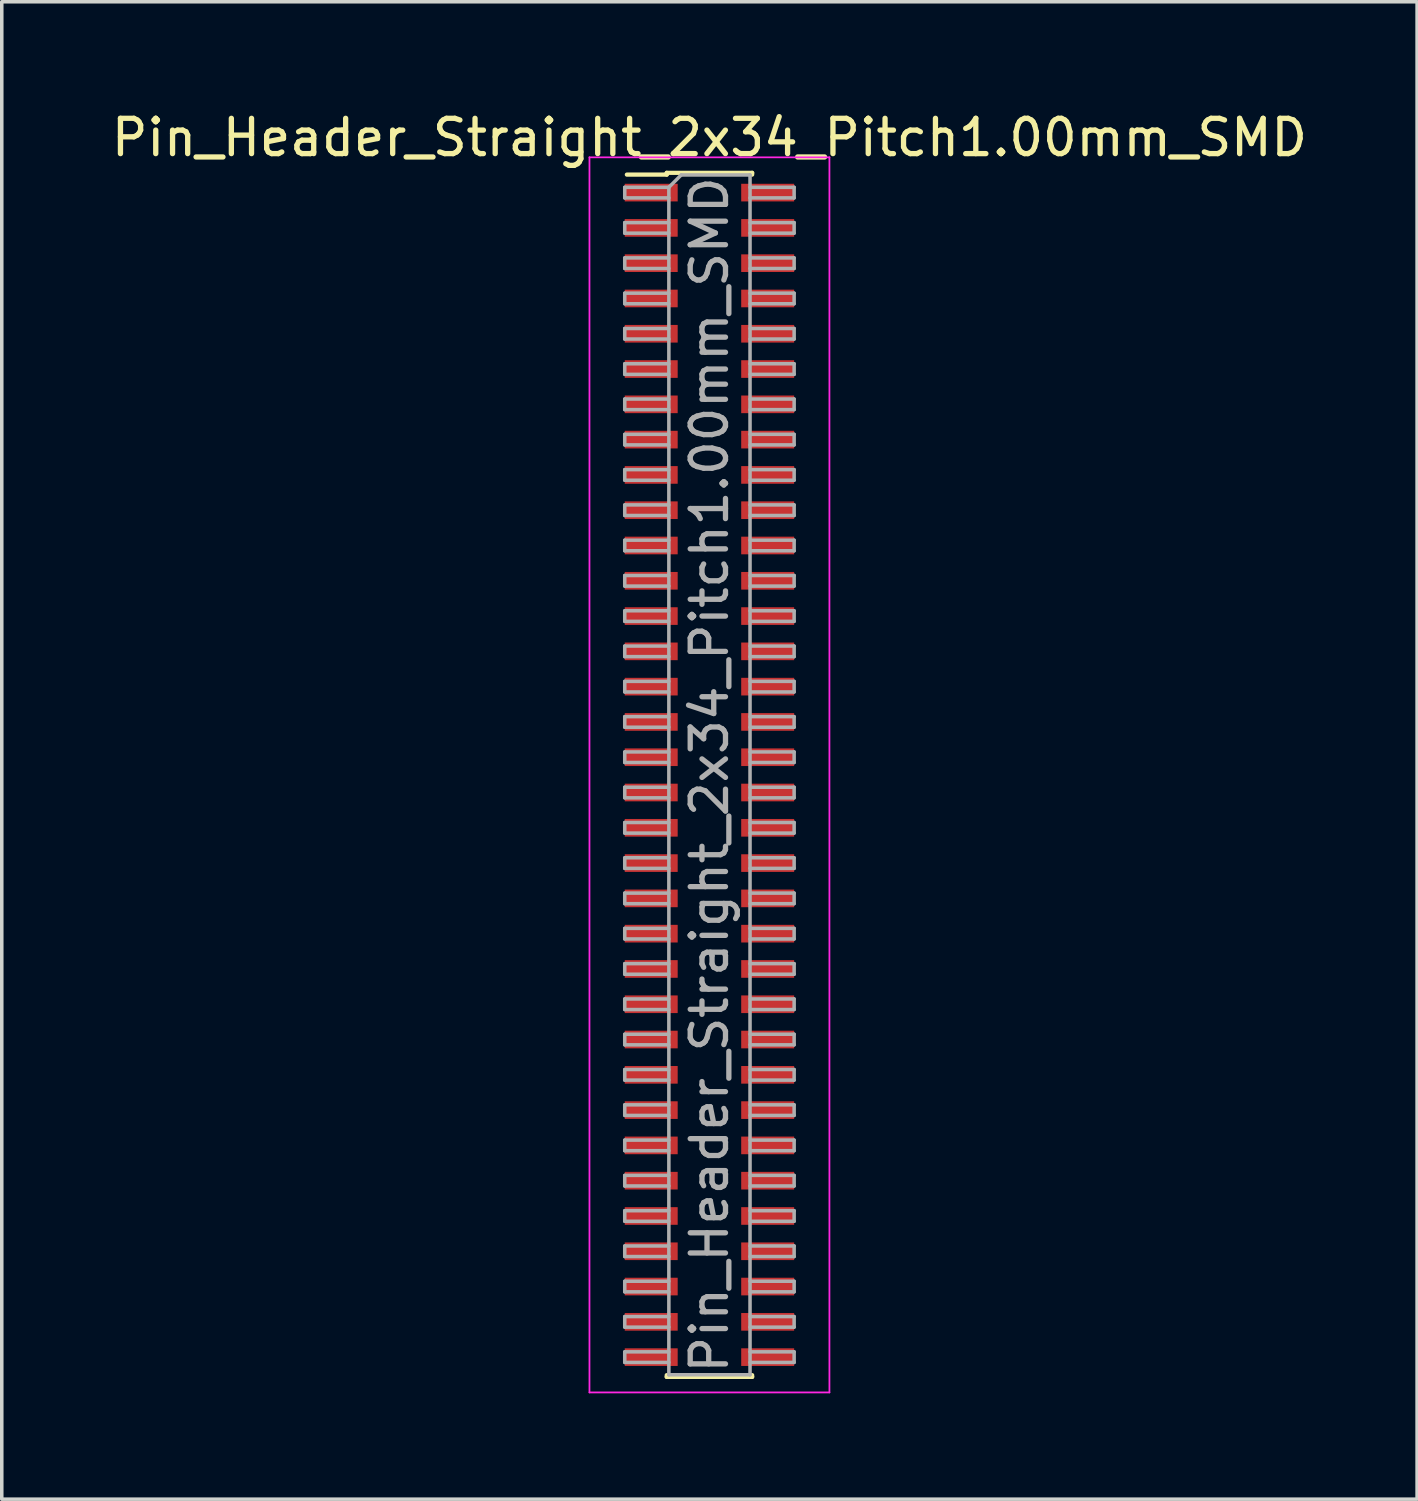
<source format=kicad_pcb>
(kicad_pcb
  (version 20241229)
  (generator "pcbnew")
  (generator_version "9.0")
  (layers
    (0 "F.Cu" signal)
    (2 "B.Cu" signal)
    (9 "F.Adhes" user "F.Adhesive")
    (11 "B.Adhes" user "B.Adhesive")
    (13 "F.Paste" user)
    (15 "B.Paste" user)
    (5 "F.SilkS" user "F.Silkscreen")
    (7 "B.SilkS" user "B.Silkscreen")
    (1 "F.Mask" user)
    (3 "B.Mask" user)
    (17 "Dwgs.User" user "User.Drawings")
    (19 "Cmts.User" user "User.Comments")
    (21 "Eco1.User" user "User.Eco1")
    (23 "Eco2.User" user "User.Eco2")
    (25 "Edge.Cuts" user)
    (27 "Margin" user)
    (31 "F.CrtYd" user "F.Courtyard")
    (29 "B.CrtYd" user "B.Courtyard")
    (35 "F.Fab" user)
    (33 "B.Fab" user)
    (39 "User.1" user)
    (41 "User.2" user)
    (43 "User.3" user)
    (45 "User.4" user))
  (footprint "Pin_Header_Straight_2x34_Pitch1.00mm_SMD"
    (layer "F.Cu")
    (at 17.054 18.908)
    (property "Reference" "Pin_Header_Straight_2x34_Pitch1.00mm_SMD" (at 0 -18.06 0) (layer "F.SilkS") (effects (font (size 1 1) (thickness 0.15))))
    (attr smd)
    (fp_line (start -2.34 -17.01) (end -1.21 -17.01) (stroke (width 0.12) (type solid)) (layer "F.SilkS"))
    (fp_line (start -1.21 -17.06) (end -1.21 -17.01) (stroke (width 0.12) (type solid)) (layer "F.SilkS"))
    (fp_line (start -1.21 -17.06) (end 1.21 -17.06) (stroke (width 0.12) (type solid)) (layer "F.SilkS"))
    (fp_line (start -1.21 17.01) (end -1.21 17.06) (stroke (width 0.12) (type solid)) (layer "F.SilkS"))
    (fp_line (start -1.21 17.06) (end 1.21 17.06) (stroke (width 0.12) (type solid)) (layer "F.SilkS"))
    (fp_line (start 1.21 -17.06) (end 1.21 -17.01) (stroke (width 0.12) (type solid)) (layer "F.SilkS"))
    (fp_line (start 1.21 17.01) (end 1.21 17.06) (stroke (width 0.12) (type solid)) (layer "F.SilkS"))
    (fp_line (start -3.4 -17.5) (end -3.4 17.5) (stroke (width 0.05) (type solid)) (layer "F.CrtYd"))
    (fp_line (start -3.4 17.5) (end 3.4 17.5) (stroke (width 0.05) (type solid)) (layer "F.CrtYd"))
    (fp_line (start 3.4 -17.5) (end -3.4 -17.5) (stroke (width 0.05) (type solid)) (layer "F.CrtYd"))
    (fp_line (start 3.4 17.5) (end 3.4 -17.5) (stroke (width 0.05) (type solid)) (layer "F.CrtYd"))
    (fp_line (start -2.4 -16.65) (end -2.4 -16.35) (stroke (width 0.1) (type solid)) (layer "F.Fab"))
    (fp_line (start -2.4 -16.35) (end -1.15 -16.35) (stroke (width 0.1) (type solid)) (layer "F.Fab"))
    (fp_line (start -2.4 -15.65) (end -2.4 -15.35) (stroke (width 0.1) (type solid)) (layer "F.Fab"))
    (fp_line (start -2.4 -15.35) (end -1.15 -15.35) (stroke (width 0.1) (type solid)) (layer "F.Fab"))
    (fp_line (start -2.4 -14.65) (end -2.4 -14.35) (stroke (width 0.1) (type solid)) (layer "F.Fab"))
    (fp_line (start -2.4 -14.35) (end -1.15 -14.35) (stroke (width 0.1) (type solid)) (layer "F.Fab"))
    (fp_line (start -2.4 -13.65) (end -2.4 -13.35) (stroke (width 0.1) (type solid)) (layer "F.Fab"))
    (fp_line (start -2.4 -13.35) (end -1.15 -13.35) (stroke (width 0.1) (type solid)) (layer "F.Fab"))
    (fp_line (start -2.4 -12.65) (end -2.4 -12.35) (stroke (width 0.1) (type solid)) (layer "F.Fab"))
    (fp_line (start -2.4 -12.35) (end -1.15 -12.35) (stroke (width 0.1) (type solid)) (layer "F.Fab"))
    (fp_line (start -2.4 -11.65) (end -2.4 -11.35) (stroke (width 0.1) (type solid)) (layer "F.Fab"))
    (fp_line (start -2.4 -11.35) (end -1.15 -11.35) (stroke (width 0.1) (type solid)) (layer "F.Fab"))
    (fp_line (start -2.4 -10.65) (end -2.4 -10.35) (stroke (width 0.1) (type solid)) (layer "F.Fab"))
    (fp_line (start -2.4 -10.35) (end -1.15 -10.35) (stroke (width 0.1) (type solid)) (layer "F.Fab"))
    (fp_line (start -2.4 -9.65) (end -2.4 -9.35) (stroke (width 0.1) (type solid)) (layer "F.Fab"))
    (fp_line (start -2.4 -9.35) (end -1.15 -9.35) (stroke (width 0.1) (type solid)) (layer "F.Fab"))
    (fp_line (start -2.4 -8.65) (end -2.4 -8.35) (stroke (width 0.1) (type solid)) (layer "F.Fab"))
    (fp_line (start -2.4 -8.35) (end -1.15 -8.35) (stroke (width 0.1) (type solid)) (layer "F.Fab"))
    (fp_line (start -2.4 -7.65) (end -2.4 -7.35) (stroke (width 0.1) (type solid)) (layer "F.Fab"))
    (fp_line (start -2.4 -7.35) (end -1.15 -7.35) (stroke (width 0.1) (type solid)) (layer "F.Fab"))
    (fp_line (start -2.4 -6.65) (end -2.4 -6.35) (stroke (width 0.1) (type solid)) (layer "F.Fab"))
    (fp_line (start -2.4 -6.35) (end -1.15 -6.35) (stroke (width 0.1) (type solid)) (layer "F.Fab"))
    (fp_line (start -2.4 -5.65) (end -2.4 -5.35) (stroke (width 0.1) (type solid)) (layer "F.Fab"))
    (fp_line (start -2.4 -5.35) (end -1.15 -5.35) (stroke (width 0.1) (type solid)) (layer "F.Fab"))
    (fp_line (start -2.4 -4.65) (end -2.4 -4.35) (stroke (width 0.1) (type solid)) (layer "F.Fab"))
    (fp_line (start -2.4 -4.35) (end -1.15 -4.35) (stroke (width 0.1) (type solid)) (layer "F.Fab"))
    (fp_line (start -2.4 -3.65) (end -2.4 -3.35) (stroke (width 0.1) (type solid)) (layer "F.Fab"))
    (fp_line (start -2.4 -3.35) (end -1.15 -3.35) (stroke (width 0.1) (type solid)) (layer "F.Fab"))
    (fp_line (start -2.4 -2.65) (end -2.4 -2.35) (stroke (width 0.1) (type solid)) (layer "F.Fab"))
    (fp_line (start -2.4 -2.35) (end -1.15 -2.35) (stroke (width 0.1) (type solid)) (layer "F.Fab"))
    (fp_line (start -2.4 -1.65) (end -2.4 -1.35) (stroke (width 0.1) (type solid)) (layer "F.Fab"))
    (fp_line (start -2.4 -1.35) (end -1.15 -1.35) (stroke (width 0.1) (type solid)) (layer "F.Fab"))
    (fp_line (start -2.4 -0.65) (end -2.4 -0.35) (stroke (width 0.1) (type solid)) (layer "F.Fab"))
    (fp_line (start -2.4 -0.35) (end -1.15 -0.35) (stroke (width 0.1) (type solid)) (layer "F.Fab"))
    (fp_line (start -2.4 0.35) (end -2.4 0.65) (stroke (width 0.1) (type solid)) (layer "F.Fab"))
    (fp_line (start -2.4 0.65) (end -1.15 0.65) (stroke (width 0.1) (type solid)) (layer "F.Fab"))
    (fp_line (start -2.4 1.35) (end -2.4 1.65) (stroke (width 0.1) (type solid)) (layer "F.Fab"))
    (fp_line (start -2.4 1.65) (end -1.15 1.65) (stroke (width 0.1) (type solid)) (layer "F.Fab"))
    (fp_line (start -2.4 2.35) (end -2.4 2.65) (stroke (width 0.1) (type solid)) (layer "F.Fab"))
    (fp_line (start -2.4 2.65) (end -1.15 2.65) (stroke (width 0.1) (type solid)) (layer "F.Fab"))
    (fp_line (start -2.4 3.35) (end -2.4 3.65) (stroke (width 0.1) (type solid)) (layer "F.Fab"))
    (fp_line (start -2.4 3.65) (end -1.15 3.65) (stroke (width 0.1) (type solid)) (layer "F.Fab"))
    (fp_line (start -2.4 4.35) (end -2.4 4.65) (stroke (width 0.1) (type solid)) (layer "F.Fab"))
    (fp_line (start -2.4 4.65) (end -1.15 4.65) (stroke (width 0.1) (type solid)) (layer "F.Fab"))
    (fp_line (start -2.4 5.35) (end -2.4 5.65) (stroke (width 0.1) (type solid)) (layer "F.Fab"))
    (fp_line (start -2.4 5.65) (end -1.15 5.65) (stroke (width 0.1) (type solid)) (layer "F.Fab"))
    (fp_line (start -2.4 6.35) (end -2.4 6.65) (stroke (width 0.1) (type solid)) (layer "F.Fab"))
    (fp_line (start -2.4 6.65) (end -1.15 6.65) (stroke (width 0.1) (type solid)) (layer "F.Fab"))
    (fp_line (start -2.4 7.35) (end -2.4 7.65) (stroke (width 0.1) (type solid)) (layer "F.Fab"))
    (fp_line (start -2.4 7.65) (end -1.15 7.65) (stroke (width 0.1) (type solid)) (layer "F.Fab"))
    (fp_line (start -2.4 8.35) (end -2.4 8.65) (stroke (width 0.1) (type solid)) (layer "F.Fab"))
    (fp_line (start -2.4 8.65) (end -1.15 8.65) (stroke (width 0.1) (type solid)) (layer "F.Fab"))
    (fp_line (start -2.4 9.35) (end -2.4 9.65) (stroke (width 0.1) (type solid)) (layer "F.Fab"))
    (fp_line (start -2.4 9.65) (end -1.15 9.65) (stroke (width 0.1) (type solid)) (layer "F.Fab"))
    (fp_line (start -2.4 10.35) (end -2.4 10.65) (stroke (width 0.1) (type solid)) (layer "F.Fab"))
    (fp_line (start -2.4 10.65) (end -1.15 10.65) (stroke (width 0.1) (type solid)) (layer "F.Fab"))
    (fp_line (start -2.4 11.35) (end -2.4 11.65) (stroke (width 0.1) (type solid)) (layer "F.Fab"))
    (fp_line (start -2.4 11.65) (end -1.15 11.65) (stroke (width 0.1) (type solid)) (layer "F.Fab"))
    (fp_line (start -2.4 12.35) (end -2.4 12.65) (stroke (width 0.1) (type solid)) (layer "F.Fab"))
    (fp_line (start -2.4 12.65) (end -1.15 12.65) (stroke (width 0.1) (type solid)) (layer "F.Fab"))
    (fp_line (start -2.4 13.35) (end -2.4 13.65) (stroke (width 0.1) (type solid)) (layer "F.Fab"))
    (fp_line (start -2.4 13.65) (end -1.15 13.65) (stroke (width 0.1) (type solid)) (layer "F.Fab"))
    (fp_line (start -2.4 14.35) (end -2.4 14.65) (stroke (width 0.1) (type solid)) (layer "F.Fab"))
    (fp_line (start -2.4 14.65) (end -1.15 14.65) (stroke (width 0.1) (type solid)) (layer "F.Fab"))
    (fp_line (start -2.4 15.35) (end -2.4 15.65) (stroke (width 0.1) (type solid)) (layer "F.Fab"))
    (fp_line (start -2.4 15.65) (end -1.15 15.65) (stroke (width 0.1) (type solid)) (layer "F.Fab"))
    (fp_line (start -2.4 16.35) (end -2.4 16.65) (stroke (width 0.1) (type solid)) (layer "F.Fab"))
    (fp_line (start -2.4 16.65) (end -1.15 16.65) (stroke (width 0.1) (type solid)) (layer "F.Fab"))
    (fp_line (start -1.15 -16.65) (end -2.4 -16.65) (stroke (width 0.1) (type solid)) (layer "F.Fab"))
    (fp_line (start -1.15 -16.65) (end -0.8 -17) (stroke (width 0.1) (type solid)) (layer "F.Fab"))
    (fp_line (start -1.15 -15.65) (end -2.4 -15.65) (stroke (width 0.1) (type solid)) (layer "F.Fab"))
    (fp_line (start -1.15 -14.65) (end -2.4 -14.65) (stroke (width 0.1) (type solid)) (layer "F.Fab"))
    (fp_line (start -1.15 -13.65) (end -2.4 -13.65) (stroke (width 0.1) (type solid)) (layer "F.Fab"))
    (fp_line (start -1.15 -12.65) (end -2.4 -12.65) (stroke (width 0.1) (type solid)) (layer "F.Fab"))
    (fp_line (start -1.15 -11.65) (end -2.4 -11.65) (stroke (width 0.1) (type solid)) (layer "F.Fab"))
    (fp_line (start -1.15 -10.65) (end -2.4 -10.65) (stroke (width 0.1) (type solid)) (layer "F.Fab"))
    (fp_line (start -1.15 -9.65) (end -2.4 -9.65) (stroke (width 0.1) (type solid)) (layer "F.Fab"))
    (fp_line (start -1.15 -8.65) (end -2.4 -8.65) (stroke (width 0.1) (type solid)) (layer "F.Fab"))
    (fp_line (start -1.15 -7.65) (end -2.4 -7.65) (stroke (width 0.1) (type solid)) (layer "F.Fab"))
    (fp_line (start -1.15 -6.65) (end -2.4 -6.65) (stroke (width 0.1) (type solid)) (layer "F.Fab"))
    (fp_line (start -1.15 -5.65) (end -2.4 -5.65) (stroke (width 0.1) (type solid)) (layer "F.Fab"))
    (fp_line (start -1.15 -4.65) (end -2.4 -4.65) (stroke (width 0.1) (type solid)) (layer "F.Fab"))
    (fp_line (start -1.15 -3.65) (end -2.4 -3.65) (stroke (width 0.1) (type solid)) (layer "F.Fab"))
    (fp_line (start -1.15 -2.65) (end -2.4 -2.65) (stroke (width 0.1) (type solid)) (layer "F.Fab"))
    (fp_line (start -1.15 -1.65) (end -2.4 -1.65) (stroke (width 0.1) (type solid)) (layer "F.Fab"))
    (fp_line (start -1.15 -0.65) (end -2.4 -0.65) (stroke (width 0.1) (type solid)) (layer "F.Fab"))
    (fp_line (start -1.15 0.35) (end -2.4 0.35) (stroke (width 0.1) (type solid)) (layer "F.Fab"))
    (fp_line (start -1.15 1.35) (end -2.4 1.35) (stroke (width 0.1) (type solid)) (layer "F.Fab"))
    (fp_line (start -1.15 2.35) (end -2.4 2.35) (stroke (width 0.1) (type solid)) (layer "F.Fab"))
    (fp_line (start -1.15 3.35) (end -2.4 3.35) (stroke (width 0.1) (type solid)) (layer "F.Fab"))
    (fp_line (start -1.15 4.35) (end -2.4 4.35) (stroke (width 0.1) (type solid)) (layer "F.Fab"))
    (fp_line (start -1.15 5.35) (end -2.4 5.35) (stroke (width 0.1) (type solid)) (layer "F.Fab"))
    (fp_line (start -1.15 6.35) (end -2.4 6.35) (stroke (width 0.1) (type solid)) (layer "F.Fab"))
    (fp_line (start -1.15 7.35) (end -2.4 7.35) (stroke (width 0.1) (type solid)) (layer "F.Fab"))
    (fp_line (start -1.15 8.35) (end -2.4 8.35) (stroke (width 0.1) (type solid)) (layer "F.Fab"))
    (fp_line (start -1.15 9.35) (end -2.4 9.35) (stroke (width 0.1) (type solid)) (layer "F.Fab"))
    (fp_line (start -1.15 10.35) (end -2.4 10.35) (stroke (width 0.1) (type solid)) (layer "F.Fab"))
    (fp_line (start -1.15 11.35) (end -2.4 11.35) (stroke (width 0.1) (type solid)) (layer "F.Fab"))
    (fp_line (start -1.15 12.35) (end -2.4 12.35) (stroke (width 0.1) (type solid)) (layer "F.Fab"))
    (fp_line (start -1.15 13.35) (end -2.4 13.35) (stroke (width 0.1) (type solid)) (layer "F.Fab"))
    (fp_line (start -1.15 14.35) (end -2.4 14.35) (stroke (width 0.1) (type solid)) (layer "F.Fab"))
    (fp_line (start -1.15 15.35) (end -2.4 15.35) (stroke (width 0.1) (type solid)) (layer "F.Fab"))
    (fp_line (start -1.15 16.35) (end -2.4 16.35) (stroke (width 0.1) (type solid)) (layer "F.Fab"))
    (fp_line (start -1.15 17) (end -1.15 -16.65) (stroke (width 0.1) (type solid)) (layer "F.Fab"))
    (fp_line (start -0.8 -17) (end 1.15 -17) (stroke (width 0.1) (type solid)) (layer "F.Fab"))
    (fp_line (start 1.15 -17) (end 1.15 17) (stroke (width 0.1) (type solid)) (layer "F.Fab"))
    (fp_line (start 1.15 -16.65) (end 2.4 -16.65) (stroke (width 0.1) (type solid)) (layer "F.Fab"))
    (fp_line (start 1.15 -15.65) (end 2.4 -15.65) (stroke (width 0.1) (type solid)) (layer "F.Fab"))
    (fp_line (start 1.15 -14.65) (end 2.4 -14.65) (stroke (width 0.1) (type solid)) (layer "F.Fab"))
    (fp_line (start 1.15 -13.65) (end 2.4 -13.65) (stroke (width 0.1) (type solid)) (layer "F.Fab"))
    (fp_line (start 1.15 -12.65) (end 2.4 -12.65) (stroke (width 0.1) (type solid)) (layer "F.Fab"))
    (fp_line (start 1.15 -11.65) (end 2.4 -11.65) (stroke (width 0.1) (type solid)) (layer "F.Fab"))
    (fp_line (start 1.15 -10.65) (end 2.4 -10.65) (stroke (width 0.1) (type solid)) (layer "F.Fab"))
    (fp_line (start 1.15 -9.65) (end 2.4 -9.65) (stroke (width 0.1) (type solid)) (layer "F.Fab"))
    (fp_line (start 1.15 -8.65) (end 2.4 -8.65) (stroke (width 0.1) (type solid)) (layer "F.Fab"))
    (fp_line (start 1.15 -7.65) (end 2.4 -7.65) (stroke (width 0.1) (type solid)) (layer "F.Fab"))
    (fp_line (start 1.15 -6.65) (end 2.4 -6.65) (stroke (width 0.1) (type solid)) (layer "F.Fab"))
    (fp_line (start 1.15 -5.65) (end 2.4 -5.65) (stroke (width 0.1) (type solid)) (layer "F.Fab"))
    (fp_line (start 1.15 -4.65) (end 2.4 -4.65) (stroke (width 0.1) (type solid)) (layer "F.Fab"))
    (fp_line (start 1.15 -3.65) (end 2.4 -3.65) (stroke (width 0.1) (type solid)) (layer "F.Fab"))
    (fp_line (start 1.15 -2.65) (end 2.4 -2.65) (stroke (width 0.1) (type solid)) (layer "F.Fab"))
    (fp_line (start 1.15 -1.65) (end 2.4 -1.65) (stroke (width 0.1) (type solid)) (layer "F.Fab"))
    (fp_line (start 1.15 -0.65) (end 2.4 -0.65) (stroke (width 0.1) (type solid)) (layer "F.Fab"))
    (fp_line (start 1.15 0.35) (end 2.4 0.35) (stroke (width 0.1) (type solid)) (layer "F.Fab"))
    (fp_line (start 1.15 1.35) (end 2.4 1.35) (stroke (width 0.1) (type solid)) (layer "F.Fab"))
    (fp_line (start 1.15 2.35) (end 2.4 2.35) (stroke (width 0.1) (type solid)) (layer "F.Fab"))
    (fp_line (start 1.15 3.35) (end 2.4 3.35) (stroke (width 0.1) (type solid)) (layer "F.Fab"))
    (fp_line (start 1.15 4.35) (end 2.4 4.35) (stroke (width 0.1) (type solid)) (layer "F.Fab"))
    (fp_line (start 1.15 5.35) (end 2.4 5.35) (stroke (width 0.1) (type solid)) (layer "F.Fab"))
    (fp_line (start 1.15 6.35) (end 2.4 6.35) (stroke (width 0.1) (type solid)) (layer "F.Fab"))
    (fp_line (start 1.15 7.35) (end 2.4 7.35) (stroke (width 0.1) (type solid)) (layer "F.Fab"))
    (fp_line (start 1.15 8.35) (end 2.4 8.35) (stroke (width 0.1) (type solid)) (layer "F.Fab"))
    (fp_line (start 1.15 9.35) (end 2.4 9.35) (stroke (width 0.1) (type solid)) (layer "F.Fab"))
    (fp_line (start 1.15 10.35) (end 2.4 10.35) (stroke (width 0.1) (type solid)) (layer "F.Fab"))
    (fp_line (start 1.15 11.35) (end 2.4 11.35) (stroke (width 0.1) (type solid)) (layer "F.Fab"))
    (fp_line (start 1.15 12.35) (end 2.4 12.35) (stroke (width 0.1) (type solid)) (layer "F.Fab"))
    (fp_line (start 1.15 13.35) (end 2.4 13.35) (stroke (width 0.1) (type solid)) (layer "F.Fab"))
    (fp_line (start 1.15 14.35) (end 2.4 14.35) (stroke (width 0.1) (type solid)) (layer "F.Fab"))
    (fp_line (start 1.15 15.35) (end 2.4 15.35) (stroke (width 0.1) (type solid)) (layer "F.Fab"))
    (fp_line (start 1.15 16.35) (end 2.4 16.35) (stroke (width 0.1) (type solid)) (layer "F.Fab"))
    (fp_line (start 1.15 17) (end -1.15 17) (stroke (width 0.1) (type solid)) (layer "F.Fab"))
    (fp_line (start 2.4 -16.65) (end 2.4 -16.35) (stroke (width 0.1) (type solid)) (layer "F.Fab"))
    (fp_line (start 2.4 -16.35) (end 1.15 -16.35) (stroke (width 0.1) (type solid)) (layer "F.Fab"))
    (fp_line (start 2.4 -15.65) (end 2.4 -15.35) (stroke (width 0.1) (type solid)) (layer "F.Fab"))
    (fp_line (start 2.4 -15.35) (end 1.15 -15.35) (stroke (width 0.1) (type solid)) (layer "F.Fab"))
    (fp_line (start 2.4 -14.65) (end 2.4 -14.35) (stroke (width 0.1) (type solid)) (layer "F.Fab"))
    (fp_line (start 2.4 -14.35) (end 1.15 -14.35) (stroke (width 0.1) (type solid)) (layer "F.Fab"))
    (fp_line (start 2.4 -13.65) (end 2.4 -13.35) (stroke (width 0.1) (type solid)) (layer "F.Fab"))
    (fp_line (start 2.4 -13.35) (end 1.15 -13.35) (stroke (width 0.1) (type solid)) (layer "F.Fab"))
    (fp_line (start 2.4 -12.65) (end 2.4 -12.35) (stroke (width 0.1) (type solid)) (layer "F.Fab"))
    (fp_line (start 2.4 -12.35) (end 1.15 -12.35) (stroke (width 0.1) (type solid)) (layer "F.Fab"))
    (fp_line (start 2.4 -11.65) (end 2.4 -11.35) (stroke (width 0.1) (type solid)) (layer "F.Fab"))
    (fp_line (start 2.4 -11.35) (end 1.15 -11.35) (stroke (width 0.1) (type solid)) (layer "F.Fab"))
    (fp_line (start 2.4 -10.65) (end 2.4 -10.35) (stroke (width 0.1) (type solid)) (layer "F.Fab"))
    (fp_line (start 2.4 -10.35) (end 1.15 -10.35) (stroke (width 0.1) (type solid)) (layer "F.Fab"))
    (fp_line (start 2.4 -9.65) (end 2.4 -9.35) (stroke (width 0.1) (type solid)) (layer "F.Fab"))
    (fp_line (start 2.4 -9.35) (end 1.15 -9.35) (stroke (width 0.1) (type solid)) (layer "F.Fab"))
    (fp_line (start 2.4 -8.65) (end 2.4 -8.35) (stroke (width 0.1) (type solid)) (layer "F.Fab"))
    (fp_line (start 2.4 -8.35) (end 1.15 -8.35) (stroke (width 0.1) (type solid)) (layer "F.Fab"))
    (fp_line (start 2.4 -7.65) (end 2.4 -7.35) (stroke (width 0.1) (type solid)) (layer "F.Fab"))
    (fp_line (start 2.4 -7.35) (end 1.15 -7.35) (stroke (width 0.1) (type solid)) (layer "F.Fab"))
    (fp_line (start 2.4 -6.65) (end 2.4 -6.35) (stroke (width 0.1) (type solid)) (layer "F.Fab"))
    (fp_line (start 2.4 -6.35) (end 1.15 -6.35) (stroke (width 0.1) (type solid)) (layer "F.Fab"))
    (fp_line (start 2.4 -5.65) (end 2.4 -5.35) (stroke (width 0.1) (type solid)) (layer "F.Fab"))
    (fp_line (start 2.4 -5.35) (end 1.15 -5.35) (stroke (width 0.1) (type solid)) (layer "F.Fab"))
    (fp_line (start 2.4 -4.65) (end 2.4 -4.35) (stroke (width 0.1) (type solid)) (layer "F.Fab"))
    (fp_line (start 2.4 -4.35) (end 1.15 -4.35) (stroke (width 0.1) (type solid)) (layer "F.Fab"))
    (fp_line (start 2.4 -3.65) (end 2.4 -3.35) (stroke (width 0.1) (type solid)) (layer "F.Fab"))
    (fp_line (start 2.4 -3.35) (end 1.15 -3.35) (stroke (width 0.1) (type solid)) (layer "F.Fab"))
    (fp_line (start 2.4 -2.65) (end 2.4 -2.35) (stroke (width 0.1) (type solid)) (layer "F.Fab"))
    (fp_line (start 2.4 -2.35) (end 1.15 -2.35) (stroke (width 0.1) (type solid)) (layer "F.Fab"))
    (fp_line (start 2.4 -1.65) (end 2.4 -1.35) (stroke (width 0.1) (type solid)) (layer "F.Fab"))
    (fp_line (start 2.4 -1.35) (end 1.15 -1.35) (stroke (width 0.1) (type solid)) (layer "F.Fab"))
    (fp_line (start 2.4 -0.65) (end 2.4 -0.35) (stroke (width 0.1) (type solid)) (layer "F.Fab"))
    (fp_line (start 2.4 -0.35) (end 1.15 -0.35) (stroke (width 0.1) (type solid)) (layer "F.Fab"))
    (fp_line (start 2.4 0.35) (end 2.4 0.65) (stroke (width 0.1) (type solid)) (layer "F.Fab"))
    (fp_line (start 2.4 0.65) (end 1.15 0.65) (stroke (width 0.1) (type solid)) (layer "F.Fab"))
    (fp_line (start 2.4 1.35) (end 2.4 1.65) (stroke (width 0.1) (type solid)) (layer "F.Fab"))
    (fp_line (start 2.4 1.65) (end 1.15 1.65) (stroke (width 0.1) (type solid)) (layer "F.Fab"))
    (fp_line (start 2.4 2.35) (end 2.4 2.65) (stroke (width 0.1) (type solid)) (layer "F.Fab"))
    (fp_line (start 2.4 2.65) (end 1.15 2.65) (stroke (width 0.1) (type solid)) (layer "F.Fab"))
    (fp_line (start 2.4 3.35) (end 2.4 3.65) (stroke (width 0.1) (type solid)) (layer "F.Fab"))
    (fp_line (start 2.4 3.65) (end 1.15 3.65) (stroke (width 0.1) (type solid)) (layer "F.Fab"))
    (fp_line (start 2.4 4.35) (end 2.4 4.65) (stroke (width 0.1) (type solid)) (layer "F.Fab"))
    (fp_line (start 2.4 4.65) (end 1.15 4.65) (stroke (width 0.1) (type solid)) (layer "F.Fab"))
    (fp_line (start 2.4 5.35) (end 2.4 5.65) (stroke (width 0.1) (type solid)) (layer "F.Fab"))
    (fp_line (start 2.4 5.65) (end 1.15 5.65) (stroke (width 0.1) (type solid)) (layer "F.Fab"))
    (fp_line (start 2.4 6.35) (end 2.4 6.65) (stroke (width 0.1) (type solid)) (layer "F.Fab"))
    (fp_line (start 2.4 6.65) (end 1.15 6.65) (stroke (width 0.1) (type solid)) (layer "F.Fab"))
    (fp_line (start 2.4 7.35) (end 2.4 7.65) (stroke (width 0.1) (type solid)) (layer "F.Fab"))
    (fp_line (start 2.4 7.65) (end 1.15 7.65) (stroke (width 0.1) (type solid)) (layer "F.Fab"))
    (fp_line (start 2.4 8.35) (end 2.4 8.65) (stroke (width 0.1) (type solid)) (layer "F.Fab"))
    (fp_line (start 2.4 8.65) (end 1.15 8.65) (stroke (width 0.1) (type solid)) (layer "F.Fab"))
    (fp_line (start 2.4 9.35) (end 2.4 9.65) (stroke (width 0.1) (type solid)) (layer "F.Fab"))
    (fp_line (start 2.4 9.65) (end 1.15 9.65) (stroke (width 0.1) (type solid)) (layer "F.Fab"))
    (fp_line (start 2.4 10.35) (end 2.4 10.65) (stroke (width 0.1) (type solid)) (layer "F.Fab"))
    (fp_line (start 2.4 10.65) (end 1.15 10.65) (stroke (width 0.1) (type solid)) (layer "F.Fab"))
    (fp_line (start 2.4 11.35) (end 2.4 11.65) (stroke (width 0.1) (type solid)) (layer "F.Fab"))
    (fp_line (start 2.4 11.65) (end 1.15 11.65) (stroke (width 0.1) (type solid)) (layer "F.Fab"))
    (fp_line (start 2.4 12.35) (end 2.4 12.65) (stroke (width 0.1) (type solid)) (layer "F.Fab"))
    (fp_line (start 2.4 12.65) (end 1.15 12.65) (stroke (width 0.1) (type solid)) (layer "F.Fab"))
    (fp_line (start 2.4 13.35) (end 2.4 13.65) (stroke (width 0.1) (type solid)) (layer "F.Fab"))
    (fp_line (start 2.4 13.65) (end 1.15 13.65) (stroke (width 0.1) (type solid)) (layer "F.Fab"))
    (fp_line (start 2.4 14.35) (end 2.4 14.65) (stroke (width 0.1) (type solid)) (layer "F.Fab"))
    (fp_line (start 2.4 14.65) (end 1.15 14.65) (stroke (width 0.1) (type solid)) (layer "F.Fab"))
    (fp_line (start 2.4 15.35) (end 2.4 15.65) (stroke (width 0.1) (type solid)) (layer "F.Fab"))
    (fp_line (start 2.4 15.65) (end 1.15 15.65) (stroke (width 0.1) (type solid)) (layer "F.Fab"))
    (fp_line (start 2.4 16.35) (end 2.4 16.65) (stroke (width 0.1) (type solid)) (layer "F.Fab"))
    (fp_line (start 2.4 16.65) (end 1.15 16.65) (stroke (width 0.1) (type solid)) (layer "F.Fab"))
    (fp_text user "${REFERENCE}" (at 0 0 90) (layer "F.Fab") (effects (font (size 1 1) (thickness 0.15))))
    (pad "1" smd rect (at -1.65 -16.5) (size 1.5 0.5) (layers "F.Cu" "F.Mask" "F.Paste"))
    (pad "2" smd rect (at 1.65 -16.5) (size 1.5 0.5) (layers "F.Cu" "F.Mask" "F.Paste"))
    (pad "3" smd rect (at -1.65 -15.5) (size 1.5 0.5) (layers "F.Cu" "F.Mask" "F.Paste"))
    (pad "4" smd rect (at 1.65 -15.5) (size 1.5 0.5) (layers "F.Cu" "F.Mask" "F.Paste"))
    (pad "5" smd rect (at -1.65 -14.5) (size 1.5 0.5) (layers "F.Cu" "F.Mask" "F.Paste"))
    (pad "6" smd rect (at 1.65 -14.5) (size 1.5 0.5) (layers "F.Cu" "F.Mask" "F.Paste"))
    (pad "7" smd rect (at -1.65 -13.5) (size 1.5 0.5) (layers "F.Cu" "F.Mask" "F.Paste"))
    (pad "8" smd rect (at 1.65 -13.5) (size 1.5 0.5) (layers "F.Cu" "F.Mask" "F.Paste"))
    (pad "9" smd rect (at -1.65 -12.5) (size 1.5 0.5) (layers "F.Cu" "F.Mask" "F.Paste"))
    (pad "10" smd rect (at 1.65 -12.5) (size 1.5 0.5) (layers "F.Cu" "F.Mask" "F.Paste"))
    (pad "11" smd rect (at -1.65 -11.5) (size 1.5 0.5) (layers "F.Cu" "F.Mask" "F.Paste"))
    (pad "12" smd rect (at 1.65 -11.5) (size 1.5 0.5) (layers "F.Cu" "F.Mask" "F.Paste"))
    (pad "13" smd rect (at -1.65 -10.5) (size 1.5 0.5) (layers "F.Cu" "F.Mask" "F.Paste"))
    (pad "14" smd rect (at 1.65 -10.5) (size 1.5 0.5) (layers "F.Cu" "F.Mask" "F.Paste"))
    (pad "15" smd rect (at -1.65 -9.5) (size 1.5 0.5) (layers "F.Cu" "F.Mask" "F.Paste"))
    (pad "16" smd rect (at 1.65 -9.5) (size 1.5 0.5) (layers "F.Cu" "F.Mask" "F.Paste"))
    (pad "17" smd rect (at -1.65 -8.5) (size 1.5 0.5) (layers "F.Cu" "F.Mask" "F.Paste"))
    (pad "18" smd rect (at 1.65 -8.5) (size 1.5 0.5) (layers "F.Cu" "F.Mask" "F.Paste"))
    (pad "19" smd rect (at -1.65 -7.5) (size 1.5 0.5) (layers "F.Cu" "F.Mask" "F.Paste"))
    (pad "20" smd rect (at 1.65 -7.5) (size 1.5 0.5) (layers "F.Cu" "F.Mask" "F.Paste"))
    (pad "21" smd rect (at -1.65 -6.5) (size 1.5 0.5) (layers "F.Cu" "F.Mask" "F.Paste"))
    (pad "22" smd rect (at 1.65 -6.5) (size 1.5 0.5) (layers "F.Cu" "F.Mask" "F.Paste"))
    (pad "23" smd rect (at -1.65 -5.5) (size 1.5 0.5) (layers "F.Cu" "F.Mask" "F.Paste"))
    (pad "24" smd rect (at 1.65 -5.5) (size 1.5 0.5) (layers "F.Cu" "F.Mask" "F.Paste"))
    (pad "25" smd rect (at -1.65 -4.5) (size 1.5 0.5) (layers "F.Cu" "F.Mask" "F.Paste"))
    (pad "26" smd rect (at 1.65 -4.5) (size 1.5 0.5) (layers "F.Cu" "F.Mask" "F.Paste"))
    (pad "27" smd rect (at -1.65 -3.5) (size 1.5 0.5) (layers "F.Cu" "F.Mask" "F.Paste"))
    (pad "28" smd rect (at 1.65 -3.5) (size 1.5 0.5) (layers "F.Cu" "F.Mask" "F.Paste"))
    (pad "29" smd rect (at -1.65 -2.5) (size 1.5 0.5) (layers "F.Cu" "F.Mask" "F.Paste"))
    (pad "30" smd rect (at 1.65 -2.5) (size 1.5 0.5) (layers "F.Cu" "F.Mask" "F.Paste"))
    (pad "31" smd rect (at -1.65 -1.5) (size 1.5 0.5) (layers "F.Cu" "F.Mask" "F.Paste"))
    (pad "32" smd rect (at 1.65 -1.5) (size 1.5 0.5) (layers "F.Cu" "F.Mask" "F.Paste"))
    (pad "33" smd rect (at -1.65 -0.5) (size 1.5 0.5) (layers "F.Cu" "F.Mask" "F.Paste"))
    (pad "34" smd rect (at 1.65 -0.5) (size 1.5 0.5) (layers "F.Cu" "F.Mask" "F.Paste"))
    (pad "35" smd rect (at -1.65 0.5) (size 1.5 0.5) (layers "F.Cu" "F.Mask" "F.Paste"))
    (pad "36" smd rect (at 1.65 0.5) (size 1.5 0.5) (layers "F.Cu" "F.Mask" "F.Paste"))
    (pad "37" smd rect (at -1.65 1.5) (size 1.5 0.5) (layers "F.Cu" "F.Mask" "F.Paste"))
    (pad "38" smd rect (at 1.65 1.5) (size 1.5 0.5) (layers "F.Cu" "F.Mask" "F.Paste"))
    (pad "39" smd rect (at -1.65 2.5) (size 1.5 0.5) (layers "F.Cu" "F.Mask" "F.Paste"))
    (pad "40" smd rect (at 1.65 2.5) (size 1.5 0.5) (layers "F.Cu" "F.Mask" "F.Paste"))
    (pad "41" smd rect (at -1.65 3.5) (size 1.5 0.5) (layers "F.Cu" "F.Mask" "F.Paste"))
    (pad "42" smd rect (at 1.65 3.5) (size 1.5 0.5) (layers "F.Cu" "F.Mask" "F.Paste"))
    (pad "43" smd rect (at -1.65 4.5) (size 1.5 0.5) (layers "F.Cu" "F.Mask" "F.Paste"))
    (pad "44" smd rect (at 1.65 4.5) (size 1.5 0.5) (layers "F.Cu" "F.Mask" "F.Paste"))
    (pad "45" smd rect (at -1.65 5.5) (size 1.5 0.5) (layers "F.Cu" "F.Mask" "F.Paste"))
    (pad "46" smd rect (at 1.65 5.5) (size 1.5 0.5) (layers "F.Cu" "F.Mask" "F.Paste"))
    (pad "47" smd rect (at -1.65 6.5) (size 1.5 0.5) (layers "F.Cu" "F.Mask" "F.Paste"))
    (pad "48" smd rect (at 1.65 6.5) (size 1.5 0.5) (layers "F.Cu" "F.Mask" "F.Paste"))
    (pad "49" smd rect (at -1.65 7.5) (size 1.5 0.5) (layers "F.Cu" "F.Mask" "F.Paste"))
    (pad "50" smd rect (at 1.65 7.5) (size 1.5 0.5) (layers "F.Cu" "F.Mask" "F.Paste"))
    (pad "51" smd rect (at -1.65 8.5) (size 1.5 0.5) (layers "F.Cu" "F.Mask" "F.Paste"))
    (pad "52" smd rect (at 1.65 8.5) (size 1.5 0.5) (layers "F.Cu" "F.Mask" "F.Paste"))
    (pad "53" smd rect (at -1.65 9.5) (size 1.5 0.5) (layers "F.Cu" "F.Mask" "F.Paste"))
    (pad "54" smd rect (at 1.65 9.5) (size 1.5 0.5) (layers "F.Cu" "F.Mask" "F.Paste"))
    (pad "55" smd rect (at -1.65 10.5) (size 1.5 0.5) (layers "F.Cu" "F.Mask" "F.Paste"))
    (pad "56" smd rect (at 1.65 10.5) (size 1.5 0.5) (layers "F.Cu" "F.Mask" "F.Paste"))
    (pad "57" smd rect (at -1.65 11.5) (size 1.5 0.5) (layers "F.Cu" "F.Mask" "F.Paste"))
    (pad "58" smd rect (at 1.65 11.5) (size 1.5 0.5) (layers "F.Cu" "F.Mask" "F.Paste"))
    (pad "59" smd rect (at -1.65 12.5) (size 1.5 0.5) (layers "F.Cu" "F.Mask" "F.Paste"))
    (pad "60" smd rect (at 1.65 12.5) (size 1.5 0.5) (layers "F.Cu" "F.Mask" "F.Paste"))
    (pad "61" smd rect (at -1.65 13.5) (size 1.5 0.5) (layers "F.Cu" "F.Mask" "F.Paste"))
    (pad "62" smd rect (at 1.65 13.5) (size 1.5 0.5) (layers "F.Cu" "F.Mask" "F.Paste"))
    (pad "63" smd rect (at -1.65 14.5) (size 1.5 0.5) (layers "F.Cu" "F.Mask" "F.Paste"))
    (pad "64" smd rect (at 1.65 14.5) (size 1.5 0.5) (layers "F.Cu" "F.Mask" "F.Paste"))
    (pad "65" smd rect (at -1.65 15.5) (size 1.5 0.5) (layers "F.Cu" "F.Mask" "F.Paste"))
    (pad "66" smd rect (at 1.65 15.5) (size 1.5 0.5) (layers "F.Cu" "F.Mask" "F.Paste"))
    (pad "67" smd rect (at -1.65 16.5) (size 1.5 0.5) (layers "F.Cu" "F.Mask" "F.Paste"))
    (pad "68" smd rect (at 1.65 16.5) (size 1.5 0.5) (layers "F.Cu" "F.Mask" "F.Paste")))
  (gr_rect
    (start -3 -3)
    (end 37.107 39.433)
    (stroke (width 0.1) (type default))
    (fill no)
    (layer "Edge.Cuts")))
</source>
